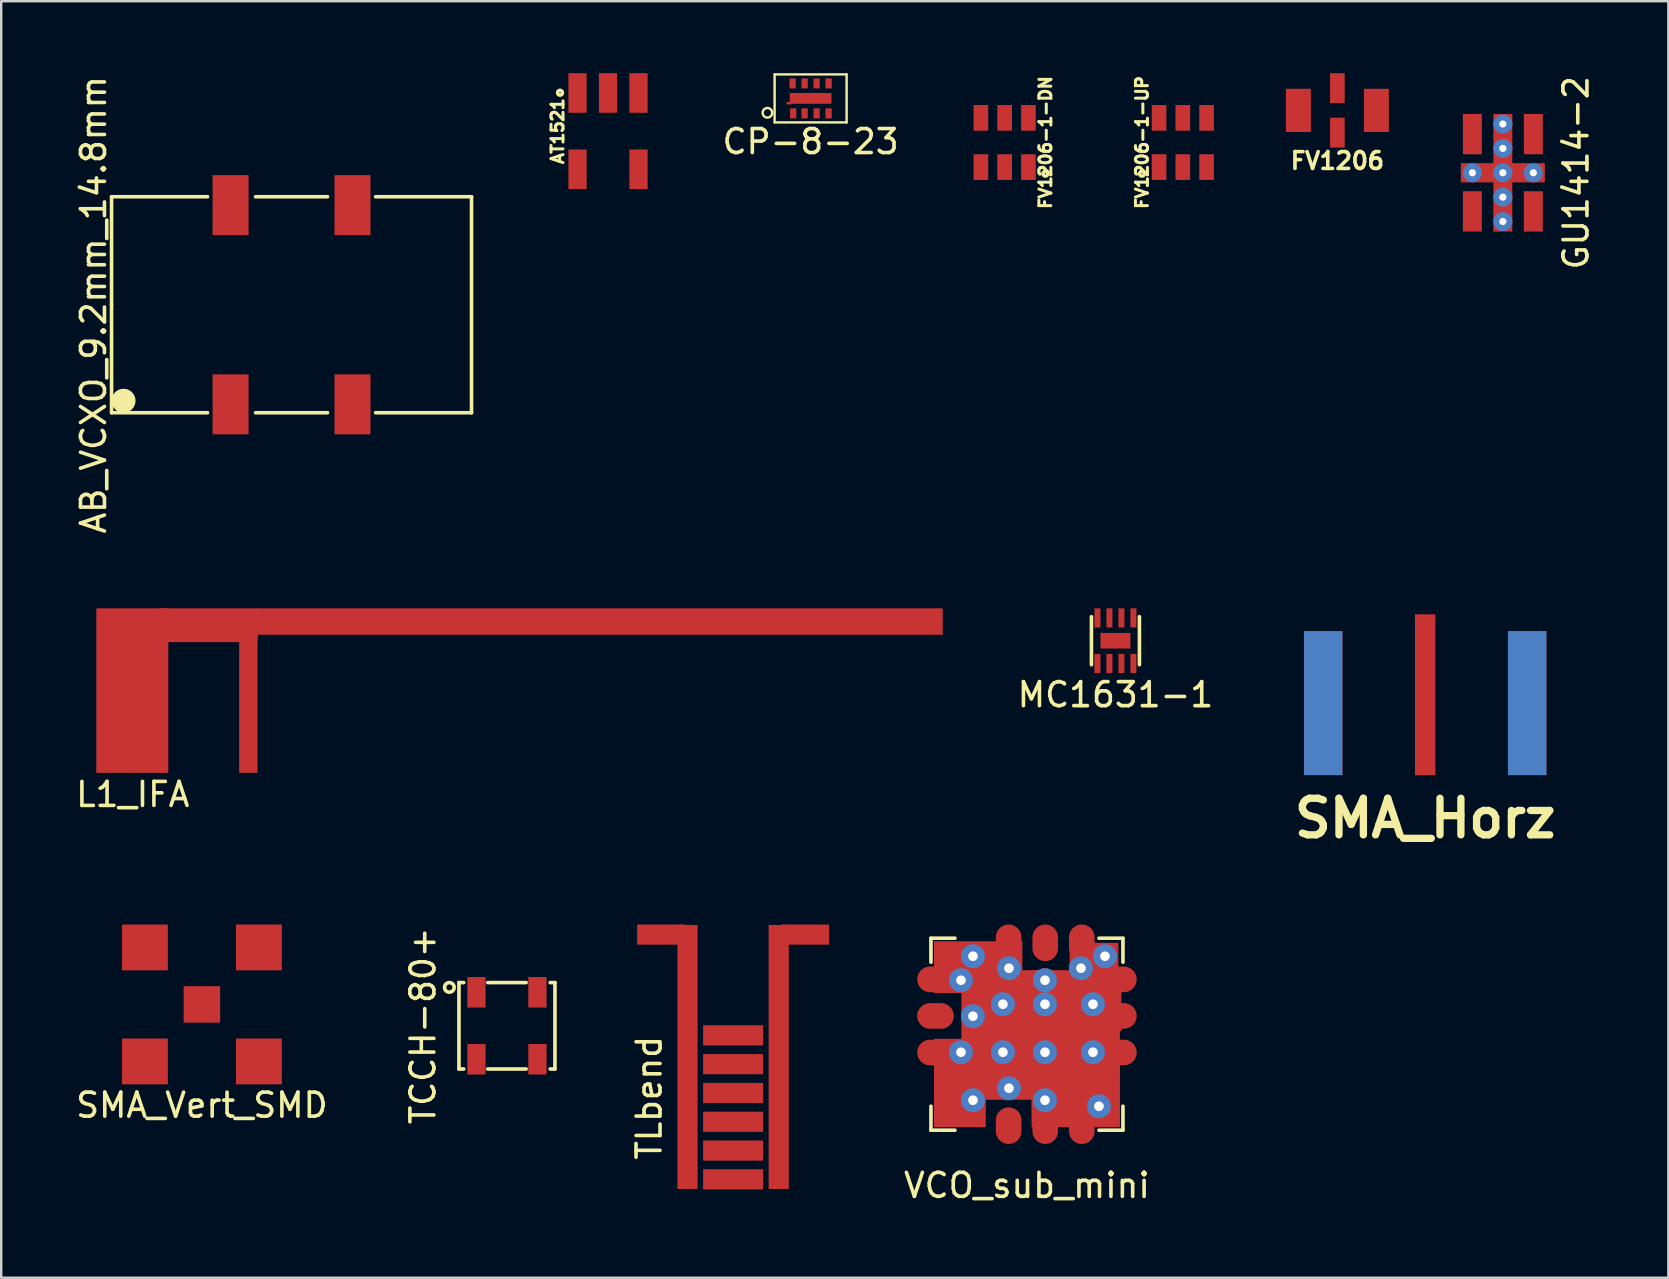
<source format=kicad_pcb>
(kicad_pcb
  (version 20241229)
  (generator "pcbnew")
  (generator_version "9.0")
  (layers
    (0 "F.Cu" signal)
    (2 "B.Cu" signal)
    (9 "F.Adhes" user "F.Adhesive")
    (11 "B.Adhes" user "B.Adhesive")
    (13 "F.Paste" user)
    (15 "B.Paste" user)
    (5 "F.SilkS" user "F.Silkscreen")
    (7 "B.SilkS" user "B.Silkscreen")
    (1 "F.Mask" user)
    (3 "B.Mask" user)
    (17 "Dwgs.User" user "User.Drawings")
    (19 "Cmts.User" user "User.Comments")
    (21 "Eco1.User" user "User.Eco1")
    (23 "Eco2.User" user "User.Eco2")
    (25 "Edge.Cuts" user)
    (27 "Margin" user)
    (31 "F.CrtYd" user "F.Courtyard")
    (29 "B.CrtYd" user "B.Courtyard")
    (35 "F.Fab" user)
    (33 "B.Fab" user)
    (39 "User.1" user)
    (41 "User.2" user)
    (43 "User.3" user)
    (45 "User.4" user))
  (footprint "SMA_Vert_SMD"
    (layer "F.Cu")
    (at 5.363 38.803)
    (property "Reference" "SMA_Vert_SMD" (at 0 4.2 0) (layer "F.SilkS") (effects (font (size 1 1) (thickness 0.15))))
    (attr through_hole)
    (pad "1" smd rect (at 0 0) (size 1.52 1.52) (layers "F.Cu" "F.Mask" "F.Paste"))
    (pad "2" smd rect (at -2.375 -2.375) (size 1.91 1.91) (layers "F.Cu" "F.Mask" "F.Paste"))
    (pad "2" smd rect (at -2.375 2.375) (size 1.91 1.91) (layers "F.Cu" "F.Mask" "F.Paste"))
    (pad "2" smd rect (at 2.375 -2.375) (size 1.91 1.91) (layers "F.Cu" "F.Mask" "F.Paste"))
    (pad "2" smd rect (at 2.375 2.375) (size 1.91 1.91) (layers "F.Cu" "F.Mask" "F.Paste")))
  (footprint "TCCH-80+"
    (layer "F.Cu")
    (at 18.074 39.693)
    (property "Reference" "TCCH-80+" (at -3.5 0 90) (layer "F.SilkS") (effects (font (size 1 1) (thickness 0.15))))
    (attr through_hole)
    (fp_line (start -2 -1.8) (end -2 1.8) (stroke (width 0.15) (type solid)) (layer "F.SilkS"))
    (fp_line (start -2 1.8) (end -1.8 1.8) (stroke (width 0.15) (type solid)) (layer "F.SilkS"))
    (fp_line (start -1.8 -1.8) (end -2 -1.8) (stroke (width 0.15) (type solid)) (layer "F.SilkS"))
    (fp_line (start -0.8 -1.8) (end 0.8 -1.8) (stroke (width 0.15) (type solid)) (layer "F.SilkS"))
    (fp_line (start -0.8 1.8) (end 0.8 1.8) (stroke (width 0.15) (type solid)) (layer "F.SilkS"))
    (fp_line (start 1.8 -1.8) (end 2 -1.8) (stroke (width 0.15) (type solid)) (layer "F.SilkS"))
    (fp_line (start 2 -1.8) (end 2 1.8) (stroke (width 0.15) (type solid)) (layer "F.SilkS"))
    (fp_line (start 2 1.8) (end 1.8 1.8) (stroke (width 0.15) (type solid)) (layer "F.SilkS"))
    (fp_circle (center -2.4 -1.6) (end -2.4 -1.4) (stroke (width 0.15) (type solid)) (fill no) (layer "F.SilkS"))
    (pad "1" smd rect (at -1.27 -1.395) (size 0.76 1.27) (layers "F.Cu" "F.Mask" "F.Paste"))
    (pad "2" smd rect (at 1.27 -1.395) (size 0.76 1.27) (layers "F.Cu" "F.Mask" "F.Paste"))
    (pad "3" smd rect (at 1.27 1.395) (size 0.76 1.27) (layers "F.Cu" "F.Mask" "F.Paste"))
    (pad "4" smd rect (at -1.27 1.395) (size 0.76 1.27) (layers "F.Cu" "F.Mask" "F.Paste")))
  (footprint "MC1631-1"
    (layer "F.Cu")
    (at 43.429 23.648)
    (property "Reference" "MC1631-1" (at 0 2.25 0) (layer "F.SilkS") (effects (font (size 1 1) (thickness 0.15))))
    (attr through_hole)
    (fp_line (start -1 -1) (end -1 1) (stroke (width 0.15) (type solid)) (layer "F.SilkS"))
    (fp_line (start 1 -1) (end 1 1) (stroke (width 0.15) (type solid)) (layer "F.SilkS"))
    (pad "1" smd rect (at -0.75 0.95) (size 0.25 0.8) (layers "F.Cu" "F.Mask" "F.Paste"))
    (pad "2" smd rect (at -0.25 0.95) (size 0.25 0.8) (layers "F.Cu" "F.Mask" "F.Paste"))
    (pad "3" smd rect (at 0.25 0.95) (size 0.25 0.8) (layers "F.Cu" "F.Mask" "F.Paste"))
    (pad "4" smd rect (at 0.75 0.95) (size 0.25 0.8) (layers "F.Cu" "F.Mask" "F.Paste"))
    (pad "5" smd rect (at 0.75 -0.95) (size 0.25 0.8) (layers "F.Cu" "F.Mask" "F.Paste"))
    (pad "6" smd rect (at 0.25 -0.95) (size 0.25 0.8) (layers "F.Cu" "F.Mask" "F.Paste"))
    (pad "7" smd rect (at -0.25 -0.95) (size 0.25 0.8) (layers "F.Cu" "F.Mask" "F.Paste"))
    (pad "8" smd rect (at -0.75 -0.95) (size 0.25 0.8) (layers "F.Cu" "F.Mask" "F.Paste"))
    (pad "9" smd rect (at 0 0) (size 1.25 0.65) (layers "F.Cu" "F.Mask" "F.Paste")))
  (footprint "CP-8-23"
    (layer "F.Cu")
    (at 30.727 1.05)
    (property "Reference" "CP-8-23" (at 0 1.8 0) (layer "F.SilkS") (effects (font (size 1 1) (thickness 0.15))))
    (attr through_hole)
    (fp_line (start -1.5 -1) (end 1.5 -1) (stroke (width 0.1) (type solid)) (layer "F.SilkS"))
    (fp_line (start -1.5 1) (end -1.5 -1) (stroke (width 0.1) (type solid)) (layer "F.SilkS"))
    (fp_line (start 1.5 -1) (end 1.5 1) (stroke (width 0.1) (type solid)) (layer "F.SilkS"))
    (fp_line (start 1.5 1) (end -1.5 1) (stroke (width 0.1) (type solid)) (layer "F.SilkS"))
    (fp_circle (center -1.8 0.6) (end -1.8 0.8) (stroke (width 0.1) (type solid)) (fill no) (layer "F.SilkS"))
    (pad "1" smd rect (at -0.725 0.625) (size 0.26 0.42) (layers "F.Cu" "F.Mask" "F.Paste"))
    (pad "2" smd rect (at -0.25 0.625) (size 0.26 0.42) (layers "F.Cu" "F.Mask" "F.Paste"))
    (pad "3" smd rect (at 0.25 0.625) (size 0.26 0.42) (layers "F.Cu" "F.Mask" "F.Paste"))
    (pad "4" smd rect (at 0.75 0.625) (size 0.26 0.42) (layers "F.Cu" "F.Mask" "F.Paste"))
    (pad "5" smd rect (at 0.75 -0.625) (size 0.26 0.42) (layers "F.Cu" "F.Mask" "F.Paste"))
    (pad "6" smd rect (at 0.25 -0.625) (size 0.26 0.42) (layers "F.Cu" "F.Mask" "F.Paste"))
    (pad "7" smd rect (at -0.25 -0.625) (size 0.26 0.42) (layers "F.Cu" "F.Mask" "F.Paste"))
    (pad "8" smd rect (at -0.75 -0.625) (size 0.26 0.42) (layers "F.Cu" "F.Mask" "F.Paste"))
    (pad "9" smd rect (at -0.9 0.2) (size 0.2 0.1) (layers "F.Cu" "F.Mask" "F.Paste"))
    (pad "9" smd rect (at 0 0) (size 1.74 0.45) (layers "F.Cu" "F.Mask" "F.Paste")))
  (footprint "SMA_Horz"
    (layer "F.Cu")
    (at 56.336 22.548)
    (property "Reference" "SMA_Horz" (at 0 8.499 0) (layer "F.SilkS") (effects (font (size 1.524 1.524) (thickness 0.305))))
    (attr through_hole)
    (pad "1" smd rect (at 0 3.35) (size 0.851 6.701) (layers "F.Cu" "F.Mask" "F.Paste"))
    (pad "2" smd rect (at -4.249 3.701) (size 1.6 5.999) (layers "F.Cu" "F.Mask" "F.Paste"))
    (pad "2" smd rect (at -4.249 3.701) (size 1.6 5.999) (layers "B.Cu" "B.Mask" "B.Paste"))
    (pad "2" smd rect (at 4.249 3.701) (size 1.6 5.999) (layers "F.Cu" "F.Mask" "F.Paste"))
    (pad "2" smd rect (at 4.249 3.701) (size 1.6 5.999) (layers "B.Cu" "B.Mask" "B.Paste")))
  (footprint "FV1206-1-UP"
    (layer "F.Cu")
    (at 46.237 2.887)
    (property "Reference" "FV1206-1-UP" (at -1.7 0 90) (layer "F.SilkS") (effects (font (size 0.5 0.5) (thickness 0.125))))
    (attr through_hole)
    (fp_circle (center -1.7 1.3) (end -1.6 1.3) (stroke (width 0.15) (type solid)) (fill no) (layer "F.SilkS"))
    (pad "1" smd rect (at -0.99 1.025) (size 0.61 1.07) (layers "F.Cu" "F.Mask" "F.Paste"))
    (pad "2" smd rect (at 0 1.025) (size 0.61 1.07) (layers "F.Cu" "F.Mask" "F.Paste"))
    (pad "3" smd rect (at 0.99 1.025) (size 0.61 1.07) (layers "F.Cu" "F.Mask" "F.Paste"))
    (pad "4" smd rect (at 0.99 -1.025) (size 0.61 1.07) (layers "F.Cu" "F.Mask" "F.Paste"))
    (pad "5" smd rect (at 0 -1.025) (size 0.61 1.07) (layers "F.Cu" "F.Mask" "F.Paste"))
    (pad "6" smd rect (at -0.99 -1.025) (size 0.61 1.07) (layers "F.Cu" "F.Mask" "F.Paste")))
  (footprint "AT1521"
    (layer "F.Cu")
    (at 22.285 2.415)
    (property "Reference" "AT1521" (at -2.1 0 90) (layer "F.SilkS") (effects (font (size 0.5 0.5) (thickness 0.125))))
    (attr through_hole)
    (fp_circle (center -2 -1.6) (end -1.9 -1.6) (stroke (width 0.15) (type solid)) (fill no) (layer "F.SilkS"))
    (pad "1" smd rect (at -1.27 -1.59) (size 0.76 1.65) (layers "F.Cu" "F.Mask" "F.Paste"))
    (pad "2" smd rect (at 0 -1.59) (size 0.76 1.65) (layers "F.Cu" "F.Mask" "F.Paste"))
    (pad "3" smd rect (at 1.27 -1.59) (size 0.76 1.65) (layers "F.Cu" "F.Mask" "F.Paste"))
    (pad "4" smd rect (at 1.27 1.59) (size 0.76 1.65) (layers "F.Cu" "F.Mask" "F.Paste"))
    (pad "6" smd rect (at -1.27 1.59) (size 0.76 1.65) (layers "F.Cu" "F.Mask" "F.Paste")))
  (footprint "L1_IFA"
    (layer "F.Cu")
    (at 7.682 29.154)
    (property "Reference" "L1_IFA" (at -5.2 0.9 0) (layer "F.SilkS") (effects (font (size 1 1) (thickness 0.15))))
    (attr through_hole)
    (pad "1" smd rect (at -0.383 -2.873) (size 0.765 5.746) (layers "F.Cu" "F.Mask" "F.Paste"))
    (pad "2" smd rect (at -5.218 -3.428) (size 3 6.856) (layers "F.Cu" "F.Mask" "F.Paste"))
    (pad "3" smd rect (at 14.25 -6.306) (size 28.6 1.1) (layers "F.Cu" "F.Mask" "F.Paste"))
    (pad "4" smd rect (at -2.05 -6.151) (size 4.1 1.41) (layers "F.Cu" "F.Mask" "F.Paste")))
  (footprint "GU1414-2"
    (layer "F.Cu")
    (at 59.572 4.149)
    (property "Reference" "GU1414-2" (at 3.048 0 90) (layer "F.SilkS") (effects (font (size 1 1) (thickness 0.15))))
    (attr through_hole)
    (pad "1" smd rect (at -1.27 1.61) (size 0.79 1.68) (layers "F.Cu" "F.Mask" "F.Paste"))
    (pad "2" smd rect (at 1.27 1.61) (size 0.79 1.68) (layers "F.Cu" "F.Mask" "F.Paste"))
    (pad "3" smd rect (at 1.27 -1.61) (size 0.79 1.68) (layers "F.Cu" "F.Mask" "F.Paste"))
    (pad "4" smd rect (at -1.27 -1.61) (size 0.79 1.68) (layers "F.Cu" "F.Mask" "F.Paste"))
    (pad "5" thru_hole circle (at -1.27 0) (size 0.79 0.79) (drill 0.3) (layers "*.Cu"))
    (pad "5" thru_hole circle (at 0 -2.032) (size 0.79 0.79) (drill 0.3) (layers "*.Cu"))
    (pad "5" thru_hole circle (at 0 -1.016) (size 0.79 0.79) (drill 0.3) (layers "*.Cu"))
    (pad "5" thru_hole circle (at 0 0) (size 0.79 0.79) (drill 0.3) (layers "*.Cu"))
    (pad "5" smd rect (at 0 0) (size 0.79 4.9) (layers "F.Cu" "F.Mask" "F.Paste"))
    (pad "5" smd rect (at 0 0) (size 3.5 0.8) (layers "F.Cu" "F.Mask" "F.Paste"))
    (pad "5" thru_hole circle (at 0 1.016) (size 0.79 0.79) (drill 0.3) (layers "*.Cu"))
    (pad "5" thru_hole circle (at 0 2.032) (size 0.79 0.79) (drill 0.3) (layers "*.Cu"))
    (pad "5" thru_hole circle (at 1.27 0) (size 0.79 0.79) (drill 0.3) (layers "*.Cu")))
  (footprint "TLbend"
    (layer "F.Cu")
    (at 27.498 35.893)
    (property "Reference" "TLbend" (at -3.5 6.8 270) (layer "F.SilkS") (effects (font (size 1 1) (thickness 0.15))))
    (attr through_hole)
    (pad "1" smd rect (at -3 0) (size 2 0.84) (layers "F.Cu" "F.Mask" "F.Paste"))
    (pad "1" smd rect (at -1.9 5.1) (size 0.84 11) (layers "F.Cu" "F.Mask" "F.Paste"))
    (pad "2" smd rect (at 1.9 5.1) (size 0.84 11) (layers "F.Cu" "F.Mask" "F.Paste"))
    (pad "2" smd rect (at 3 0) (size 2 0.84) (layers "F.Cu" "F.Mask" "F.Paste"))
    (pad "3" smd rect (at 0 4.2) (size 2.5 0.84) (layers "F.Cu" "F.Mask" "F.Paste"))
    (pad "4" smd rect (at 0 5.4) (size 2.5 0.84) (layers "F.Cu" "F.Mask" "F.Paste"))
    (pad "5" smd rect (at 0 6.6) (size 2.5 0.84) (layers "F.Cu" "F.Mask" "F.Paste"))
    (pad "6" smd rect (at 0 7.8) (size 2.5 0.84) (layers "F.Cu" "F.Mask" "F.Paste"))
    (pad "7" smd rect (at 0 9) (size 2.5 0.84) (layers "F.Cu" "F.Mask" "F.Paste"))
    (pad "8" smd rect (at 0 10.2) (size 2.5 0.84) (layers "F.Cu" "F.Mask" "F.Paste")))
  (footprint "FV1206"
    (layer "F.Cu")
    (at 52.677 1.55)
    (property "Reference" "FV1206" (at 0 2.1 0) (layer "F.SilkS") (effects (font (size 0.7 0.7) (thickness 0.15))))
    (attr through_hole)
    (pad "1" smd rect (at -1.625 0) (size 1.04 1.8) (layers "F.Cu" "F.Mask" "F.Paste"))
    (pad "2" smd rect (at 0 0.927) (size 0.61 1.245) (layers "F.Cu" "F.Mask" "F.Paste"))
    (pad "3" smd rect (at 1.625 0) (size 1.04 1.8) (layers "F.Cu" "F.Mask" "F.Paste"))
    (pad "4" smd rect (at 0 -0.927) (size 0.61 1.245) (layers "F.Cu" "F.Mask" "F.Paste")))
  (footprint "AB_VCXO_9.2mm_14.8mm"
    (layer "F.Cu")
    (at 9.098 9.649)
    (property "Reference" "AB_VCXO_9.2mm_14.8mm" (at -8.25 0 90) (layer "F.SilkS") (effects (font (size 1 1) (thickness 0.15))))
    (attr through_hole)
    (fp_line (start -7.5 -4.5) (end -3.5 -4.5) (stroke (width 0.15) (type solid)) (layer "F.SilkS"))
    (fp_line (start -7.5 0) (end -7.5 -4.5) (stroke (width 0.15) (type solid)) (layer "F.SilkS"))
    (fp_line (start -7.5 4.5) (end -7.5 0) (stroke (width 0.15) (type solid)) (layer "F.SilkS"))
    (fp_line (start -3.5 4.5) (end -7.5 4.5) (stroke (width 0.15) (type solid)) (layer "F.SilkS"))
    (fp_line (start -1.5 -4.5) (end 1.5 -4.5) (stroke (width 0.15) (type solid)) (layer "F.SilkS"))
    (fp_line (start 1.5 4.5) (end -1.5 4.5) (stroke (width 0.15) (type solid)) (layer "F.SilkS"))
    (fp_line (start 3.5 -4.5) (end 7.5 -4.5) (stroke (width 0.15) (type solid)) (layer "F.SilkS"))
    (fp_line (start 7.5 -4.5) (end 7.5 4.5) (stroke (width 0.15) (type solid)) (layer "F.SilkS"))
    (fp_line (start 7.5 4.5) (end 3.5 4.5) (stroke (width 0.15) (type solid)) (layer "F.SilkS"))
    (fp_circle (center -7 4) (end -7 4.25) (stroke (width 0.5) (type solid)) (fill no) (layer "F.SilkS"))
    (pad "1" smd rect (at -2.54 4.15) (size 1.5 2.5) (layers "F.Cu" "F.Mask" "F.Paste"))
    (pad "2" smd rect (at 2.54 4.15) (size 1.5 2.5) (layers "F.Cu" "F.Mask" "F.Paste"))
    (pad "3" smd rect (at 2.54 -4.15) (size 1.5 2.5) (layers "F.Cu" "F.Mask" "F.Paste"))
    (pad "4" smd rect (at -2.54 -4.15) (size 1.5 2.5) (layers "F.Cu" "F.Mask" "F.Paste")))
  (footprint "FV1206-1-DN"
    (layer "F.Cu")
    (at 38.813 2.887)
    (property "Reference" "FV1206-1-DN" (at 1.7 0 90) (layer "F.SilkS") (effects (font (size 0.5 0.5) (thickness 0.125))))
    (attr through_hole)
    (fp_circle (center 1.7 1.3) (end 1.8 1.3) (stroke (width 0.15) (type solid)) (fill no) (layer "F.SilkS"))
    (pad "1" smd rect (at 0.99 1.025) (size 0.61 1.07) (layers "F.Cu" "F.Mask" "F.Paste"))
    (pad "2" smd rect (at 0 1.025) (size 0.61 1.07) (layers "F.Cu" "F.Mask" "F.Paste"))
    (pad "3" smd rect (at -0.99 1.025) (size 0.61 1.07) (layers "F.Cu" "F.Mask" "F.Paste"))
    (pad "4" smd rect (at -0.99 -1.025) (size 0.61 1.07) (layers "F.Cu" "F.Mask" "F.Paste"))
    (pad "5" smd rect (at 0 -1.025) (size 0.61 1.07) (layers "F.Cu" "F.Mask" "F.Paste"))
    (pad "6" smd rect (at 0.99 -1.025) (size 0.61 1.07) (layers "F.Cu" "F.Mask" "F.Paste")))
  (footprint "VCO_sub_mini"
    (layer "F.Cu")
    (at 39.742 40.045)
    (property "Reference" "VCO_sub_mini" (at 0 6.3 0) (layer "F.SilkS") (effects (font (size 1 1) (thickness 0.15))))
    (attr through_hole)
    (fp_line (start -4 -4) (end -3 -4) (stroke (width 0.15) (type solid)) (layer "F.SilkS"))
    (fp_line (start -4 -3) (end -4 -4) (stroke (width 0.15) (type solid)) (layer "F.SilkS"))
    (fp_line (start -4 3) (end -4 4) (stroke (width 0.15) (type solid)) (layer "F.SilkS"))
    (fp_line (start -4 4) (end -3 4) (stroke (width 0.15) (type solid)) (layer "F.SilkS"))
    (fp_line (start 3 -4) (end 4 -4) (stroke (width 0.15) (type solid)) (layer "F.SilkS"))
    (fp_line (start 3 4) (end 4 4) (stroke (width 0.15) (type solid)) (layer "F.SilkS"))
    (fp_line (start 4 -4) (end 4 -3) (stroke (width 0.15) (type solid)) (layer "F.SilkS"))
    (fp_line (start 4 3) (end 4 4) (stroke (width 0.15) (type solid)) (layer "F.SilkS"))
    (pad "1" smd oval (at -0.762 3.81) (size 1.067 1.524) (layers "F.Cu" "F.Mask" "F.Paste"))
    (pad "2" smd oval (at 0.762 -3.81) (size 1.067 1.524) (layers "F.Cu" "F.Mask" "F.Paste"))
    (pad "3" smd oval (at -3.81 -0.762 270) (size 1.067 1.524) (layers "F.Cu" "F.Mask" "F.Paste"))
    (pad "4" smd oval (at -3.81 -2.286 270) (size 1.067 1.524) (layers "F.Cu" "F.Mask" "F.Paste"))
    (pad "4" smd oval (at -3.81 0.762 270) (size 1.067 1.524) (layers "F.Cu" "F.Mask" "F.Paste"))
    (pad "4" smd rect (at -2.794 3.239) (size 2.159 1.27) (layers "F.Cu" "F.Mask" "F.Paste"))
    (pad "4" thru_hole circle (at -2.75 -2.25) (size 1 1) (drill 0.4) (layers "*.Cu"))
    (pad "4" thru_hole circle (at -2.75 0.75) (size 1 1) (drill 0.4) (layers "*.Cu"))
    (pad "4" thru_hole circle (at -2.25 -3.25) (size 1 1) (drill 0.4) (layers "*.Cu"))
    (pad "4" thru_hole circle (at -2.25 -0.75) (size 1 1) (drill 0.4) (layers "*.Cu"))
    (pad "4" thru_hole circle (at -2.25 2.75) (size 1 1) (drill 0.4) (layers "*.Cu"))
    (pad "4" smd rect (at -2.032 -2.794) (size 3.683 2.159) (layers "F.Cu" "F.Mask" "F.Paste"))
    (pad "4" smd rect (at -1.333 1.46) (size 5.08 2.54) (layers "F.Cu" "F.Mask" "F.Paste"))
    (pad "4" thru_hole circle (at -1 -1.25) (size 1 1) (drill 0.4) (layers "*.Cu"))
    (pad "4" thru_hole circle (at -1 0.75) (size 1 1) (drill 0.4) (layers "*.Cu"))
    (pad "4" smd rect (at -0.826 -0.762) (size 3.81 3.81) (layers "F.Cu" "F.Mask" "F.Paste"))
    (pad "4" smd oval (at -0.762 -3.81) (size 1.067 1.524) (layers "F.Cu" "F.Mask" "F.Paste"))
    (pad "4" thru_hole circle (at -0.75 -2.75) (size 1 1) (drill 0.4) (layers "*.Cu"))
    (pad "4" thru_hole circle (at -0.75 2.25) (size 1 1) (drill 0.4) (layers "*.Cu"))
    (pad "4" thru_hole circle (at 0.75 -2.25) (size 1 1) (drill 0.4) (layers "*.Cu"))
    (pad "4" thru_hole circle (at 0.75 -1.25) (size 1 1) (drill 0.4) (layers "*.Cu"))
    (pad "4" thru_hole circle (at 0.75 0.75) (size 1 1) (drill 0.4) (layers "*.Cu"))
    (pad "4" thru_hole circle (at 0.75 2.75) (size 1 1) (drill 0.4) (layers "*.Cu"))
    (pad "4" smd oval (at 0.762 3.81) (size 1.067 1.524) (layers "F.Cu" "F.Mask" "F.Paste"))
    (pad "4" smd rect (at 2.032 0.381) (size 3.683 2.54) (layers "F.Cu" "F.Mask" "F.Paste"))
    (pad "4" smd rect (at 2.032 2.603) (size 3.683 2.54) (layers "F.Cu" "F.Mask" "F.Paste"))
    (pad "4" smd rect (at 2.095 -1.397) (size 3.683 2.54) (layers "F.Cu" "F.Mask" "F.Paste"))
    (pad "4" thru_hole circle (at 2.25 -2.75) (size 1 1) (drill 0.4) (layers "*.Cu"))
    (pad "4" smd oval (at 2.286 -3.81) (size 1.067 1.524) (layers "F.Cu" "F.Mask" "F.Paste"))
    (pad "4" smd oval (at 2.286 3.81) (size 1.067 1.524) (layers "F.Cu" "F.Mask" "F.Paste"))
    (pad "4" thru_hole circle (at 2.75 -1.25) (size 1 1) (drill 0.4) (layers "*.Cu"))
    (pad "4" thru_hole circle (at 2.75 0.75) (size 1 1) (drill 0.4) (layers "*.Cu"))
    (pad "4" smd rect (at 2.794 -2.54) (size 2.032 2.54) (layers "F.Cu" "F.Mask" "F.Paste"))
    (pad "4" thru_hole circle (at 3 3) (size 1 1) (drill 0.4) (layers "*.Cu"))
    (pad "4" thru_hole circle (at 3.25 -3.25) (size 1 1) (drill 0.4) (layers "*.Cu"))
    (pad "4" smd oval (at 3.81 -2.286 270) (size 1.067 1.524) (layers "F.Cu" "F.Mask" "F.Paste"))
    (pad "4" smd oval (at 3.81 -0.762 270) (size 1.067 1.524) (layers "F.Cu" "F.Mask" "F.Paste"))
    (pad "4" smd oval (at 3.81 0.762 270) (size 1.067 1.524) (layers "F.Cu" "F.Mask" "F.Paste")))
  (gr_rect
    (start -3 -3)
    (end 66.468 50.193)
    (stroke (width 0.1) (type default))
    (fill no)
    (layer "Edge.Cuts")))
</source>
